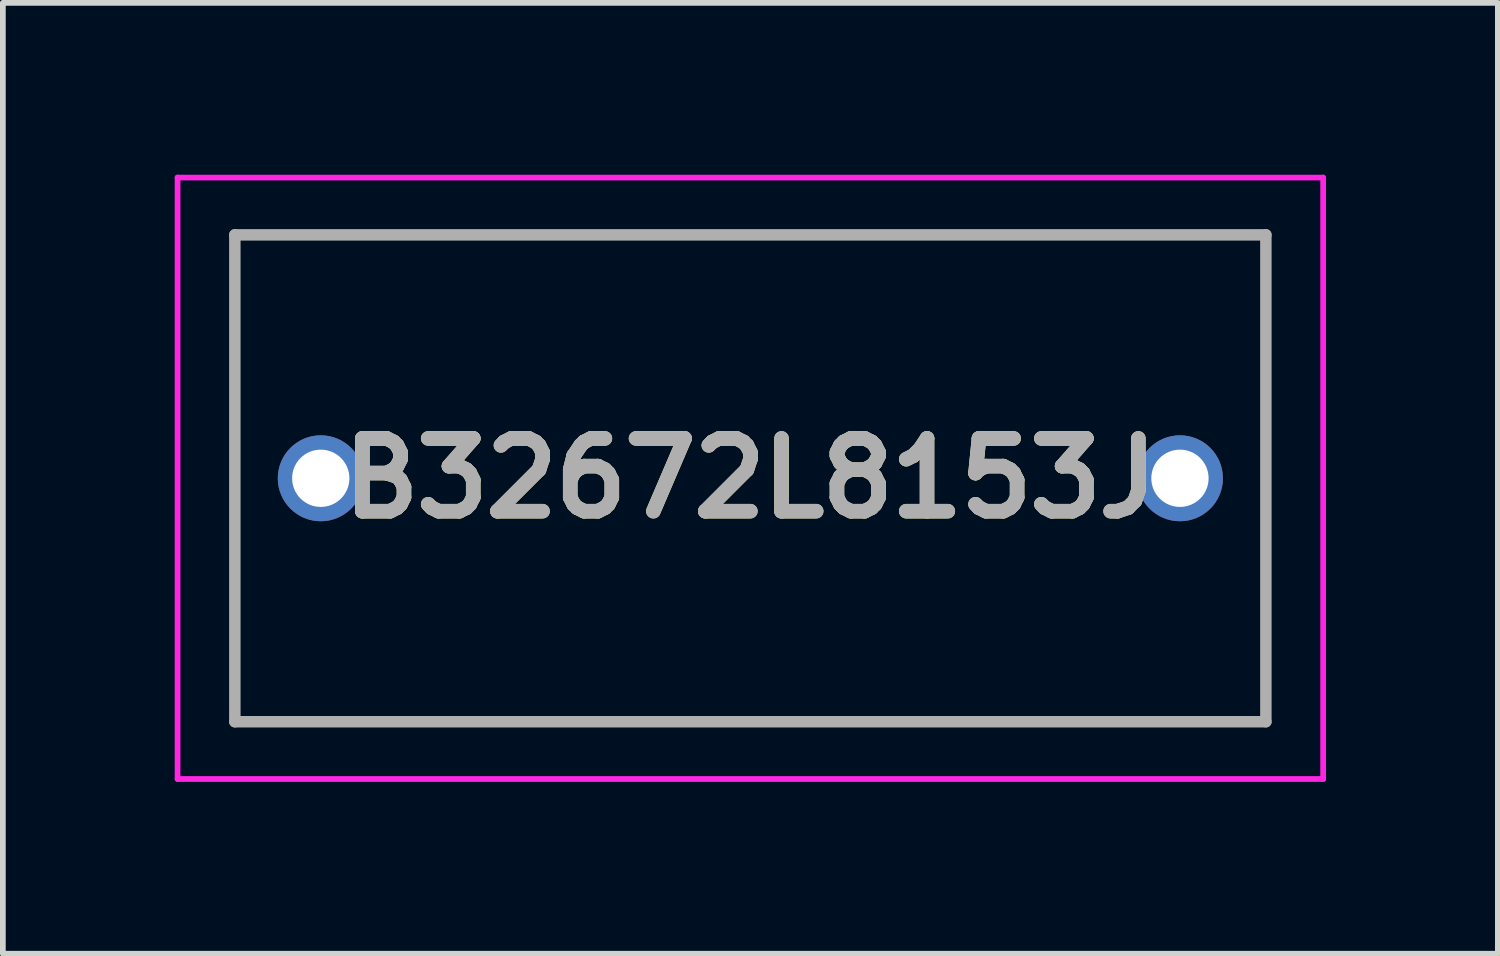
<source format=kicad_pcb>
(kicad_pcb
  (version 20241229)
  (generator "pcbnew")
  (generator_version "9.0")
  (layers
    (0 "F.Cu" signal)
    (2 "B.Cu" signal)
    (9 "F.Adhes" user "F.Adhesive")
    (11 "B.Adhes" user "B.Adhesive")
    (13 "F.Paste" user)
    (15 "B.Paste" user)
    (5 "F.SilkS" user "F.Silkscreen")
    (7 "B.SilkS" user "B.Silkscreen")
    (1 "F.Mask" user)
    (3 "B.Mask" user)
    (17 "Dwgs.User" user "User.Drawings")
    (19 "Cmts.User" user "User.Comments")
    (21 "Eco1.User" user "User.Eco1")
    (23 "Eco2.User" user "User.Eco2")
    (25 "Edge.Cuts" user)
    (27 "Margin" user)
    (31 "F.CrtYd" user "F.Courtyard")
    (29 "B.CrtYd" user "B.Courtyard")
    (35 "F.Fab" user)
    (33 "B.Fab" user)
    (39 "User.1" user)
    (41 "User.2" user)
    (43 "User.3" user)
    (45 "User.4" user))
  (footprint "B32672L8153J"
    (layer "F.Cu")
    (at 2.55 5.3)
    (property "Reference" "B32672L8153J" (at 7.5 0 0) (layer "F.SilkS") (effects (font (size 1.27 1.27) (thickness 0.254))))
    (attr through_hole)
    (fp_line (start -1.5 -4.25) (end 16.5 -4.25) (stroke (width 0.1) (type solid)) (layer "F.SilkS"))
    (fp_line (start -1.5 4.25) (end -1.5 -4.25) (stroke (width 0.1) (type solid)) (layer "F.SilkS"))
    (fp_line (start 16.5 -4.25) (end 16.5 4.25) (stroke (width 0.1) (type solid)) (layer "F.SilkS"))
    (fp_line (start 16.5 4.25) (end -1.5 4.25) (stroke (width 0.1) (type solid)) (layer "F.SilkS"))
    (fp_line (start -2.5 -5.25) (end 17.5 -5.25) (stroke (width 0.1) (type solid)) (layer "F.CrtYd"))
    (fp_line (start -2.5 5.25) (end -2.5 -5.25) (stroke (width 0.1) (type solid)) (layer "F.CrtYd"))
    (fp_line (start 17.5 -5.25) (end 17.5 5.25) (stroke (width 0.1) (type solid)) (layer "F.CrtYd"))
    (fp_line (start 17.5 5.25) (end -2.5 5.25) (stroke (width 0.1) (type solid)) (layer "F.CrtYd"))
    (fp_line (start -1.5 -4.25) (end 16.5 -4.25) (stroke (width 0.2) (type solid)) (layer "F.Fab"))
    (fp_line (start -1.5 4.25) (end -1.5 -4.25) (stroke (width 0.2) (type solid)) (layer "F.Fab"))
    (fp_line (start 16.5 -4.25) (end 16.5 4.25) (stroke (width 0.2) (type solid)) (layer "F.Fab"))
    (fp_line (start 16.5 4.25) (end -1.5 4.25) (stroke (width 0.2) (type solid)) (layer "F.Fab"))
    (fp_text user "${REFERENCE}" (at 7.5 0 0) (layer "F.Fab") (effects (font (size 1.27 1.27) (thickness 0.254))))
    (pad "1" thru_hole circle (at 0 0) (size 1.5 1.5) (drill 1) (layers "*.Cu" "*.Mask"))
    (pad "2" thru_hole circle (at 15 0) (size 1.5 1.5) (drill 1) (layers "*.Cu" "*.Mask")))
  (gr_rect
    (start -3 -3)
    (end 23.1 13.6)
    (stroke (width 0.1) (type default))
    (fill no)
    (layer "Edge.Cuts")))
</source>
